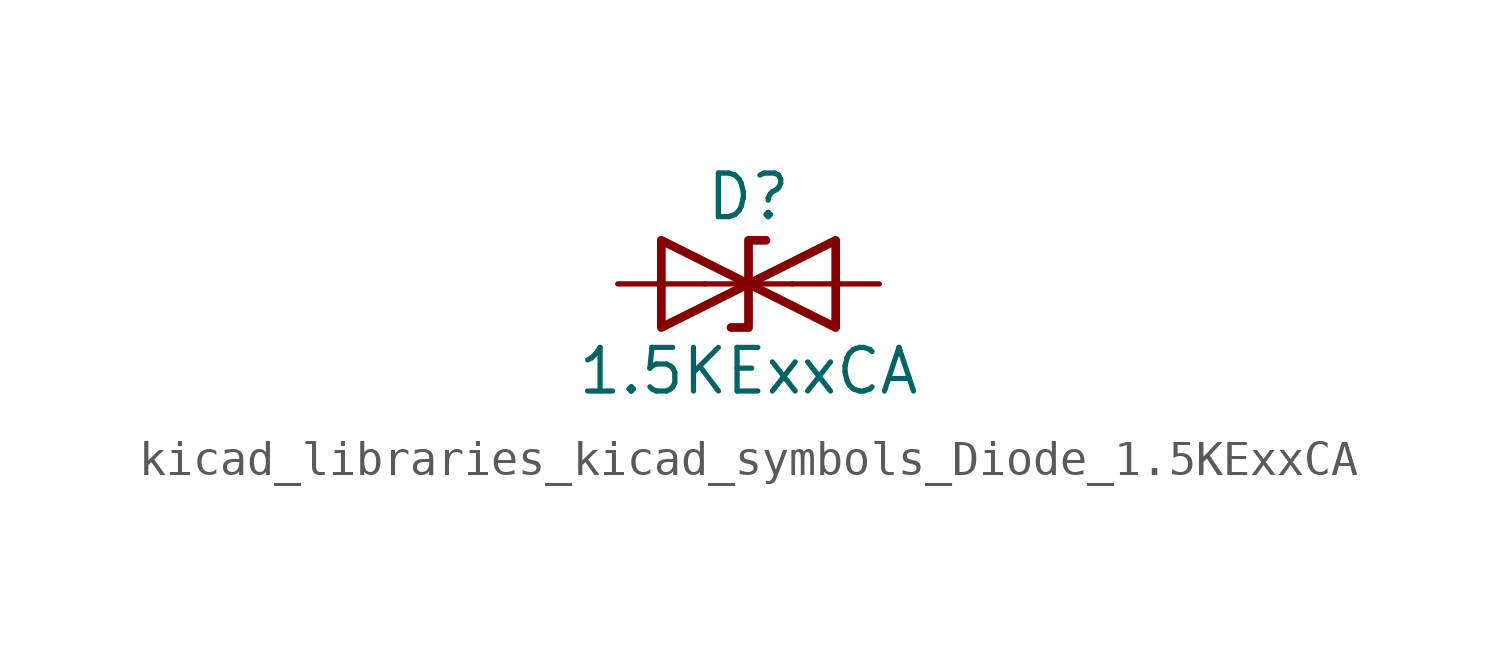
<source format=kicad_sym>
(kicad_symbol_lib
  (version 20220914)
  (generator kicad_symbol_editor)
  (symbol "kicad_libraries_kicad_symbols_Diode_1.5KExxCA"
    (pin_numbers hide)
    (pin_names
      (offset 1.016) hide)
    (property "Reference" "D"
      (at 0 2.54 0)
      (effects (font (size 1.27 1.27))))
    (property "Value" "1.5KExxCA"
      (at 0 -2.54 0)
      (effects (font (size 1.27 1.27))))
    (symbol "kicad_libraries_kicad_symbols_Diode_1.5KExxCA_0_1"
      (polyline (pts (xy 1.27 0) (xy -1.27 0)) (stroke (width 0) (type default)) (fill (type none)))
      (polyline (pts (xy -2.54 -1.27) (xy 0 0) (xy -2.54 1.27) (xy -2.54 -1.27)) (stroke (width 0.254) (type default)) (fill (type none)))
      (polyline (pts (xy 0.508 1.27) (xy 0 1.27) (xy 0 -1.27) (xy -0.508 -1.27)) (stroke (width 0.254) (type default)) (fill (type none)))
      (polyline (pts (xy 2.54 1.27) (xy 2.54 -1.27) (xy 0 0) (xy 2.54 1.27)) (stroke (width 0.254) (type default)) (fill (type none))))
    (symbol "kicad_libraries_kicad_symbols_Diode_1.5KExxCA_1_1"
      (pin passive line (at -3.81 0 0) (length 2.54) (name "A1" (effects (font (size 1.27 1.27)))) (number "1" (effects (font (size 1.27 1.27)))))
      (pin passive line (at 3.81 0 180) (length 2.54) (name "A2" (effects (font (size 1.27 1.27)))) (number "2" (effects (font (size 1.27 1.27))))))))
</source>
